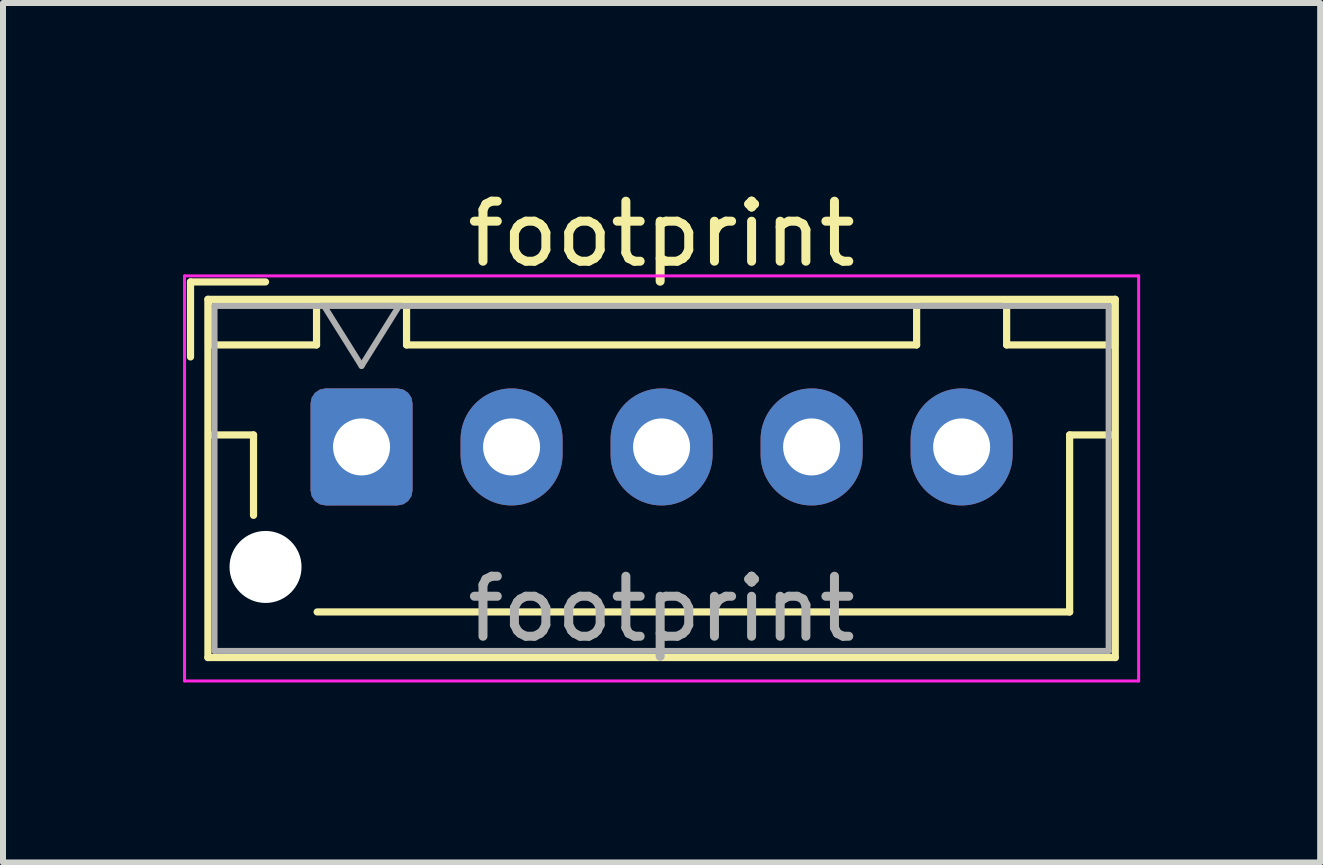
<source format=kicad_pcb>
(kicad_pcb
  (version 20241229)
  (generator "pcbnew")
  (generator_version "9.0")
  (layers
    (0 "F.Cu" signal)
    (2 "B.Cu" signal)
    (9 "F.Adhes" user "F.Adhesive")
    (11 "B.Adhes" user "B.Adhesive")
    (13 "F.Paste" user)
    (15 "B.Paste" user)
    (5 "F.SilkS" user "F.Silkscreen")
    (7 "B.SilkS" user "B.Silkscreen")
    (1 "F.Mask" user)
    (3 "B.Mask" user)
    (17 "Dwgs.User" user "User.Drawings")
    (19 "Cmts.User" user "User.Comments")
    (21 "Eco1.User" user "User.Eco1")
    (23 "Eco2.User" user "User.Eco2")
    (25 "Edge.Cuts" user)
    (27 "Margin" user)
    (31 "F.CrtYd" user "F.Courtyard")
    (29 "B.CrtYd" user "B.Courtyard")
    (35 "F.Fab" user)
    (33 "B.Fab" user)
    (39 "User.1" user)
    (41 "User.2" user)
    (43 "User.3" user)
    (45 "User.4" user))
  (footprint "footprint"
    (layer "F.Cu")
    (at 2.975 4.398)
    (property "Reference" "footprint" (at 5 -3.55 0) (layer "F.SilkS") (effects (font (size 1 1) (thickness 0.15))))
    (attr through_hole)
    (fp_line (start -2.85 -2.75) (end -2.85 -1.5) (stroke (width 0.12) (type solid)) (layer "F.SilkS"))
    (fp_line (start -2.56 -2.46) (end -2.56 3.51) (stroke (width 0.12) (type solid)) (layer "F.SilkS"))
    (fp_line (start -2.56 3.51) (end 12.56 3.51) (stroke (width 0.12) (type solid)) (layer "F.SilkS"))
    (fp_line (start -2.55 -2.45) (end -2.55 -1.7) (stroke (width 0.12) (type solid)) (layer "F.SilkS"))
    (fp_line (start -2.55 -1.7) (end -0.75 -1.7) (stroke (width 0.12) (type solid)) (layer "F.SilkS"))
    (fp_line (start -2.55 -0.2) (end -1.8 -0.2) (stroke (width 0.12) (type solid)) (layer "F.SilkS"))
    (fp_line (start -1.8 -0.2) (end -1.8 1.14) (stroke (width 0.12) (type solid)) (layer "F.SilkS"))
    (fp_line (start -1.6 -2.75) (end -2.85 -2.75) (stroke (width 0.12) (type solid)) (layer "F.SilkS"))
    (fp_line (start -0.75 -2.45) (end -2.55 -2.45) (stroke (width 0.12) (type solid)) (layer "F.SilkS"))
    (fp_line (start -0.75 -1.7) (end -0.75 -2.45) (stroke (width 0.12) (type solid)) (layer "F.SilkS"))
    (fp_line (start 0.75 -2.45) (end 0.75 -1.7) (stroke (width 0.12) (type solid)) (layer "F.SilkS"))
    (fp_line (start 0.75 -1.7) (end 9.25 -1.7) (stroke (width 0.12) (type solid)) (layer "F.SilkS"))
    (fp_line (start 5 2.75) (end -0.74 2.75) (stroke (width 0.12) (type solid)) (layer "F.SilkS"))
    (fp_line (start 9.25 -2.45) (end 0.75 -2.45) (stroke (width 0.12) (type solid)) (layer "F.SilkS"))
    (fp_line (start 9.25 -1.7) (end 9.25 -2.45) (stroke (width 0.12) (type solid)) (layer "F.SilkS"))
    (fp_line (start 10.75 -2.45) (end 10.75 -1.7) (stroke (width 0.12) (type solid)) (layer "F.SilkS"))
    (fp_line (start 10.75 -1.7) (end 12.55 -1.7) (stroke (width 0.12) (type solid)) (layer "F.SilkS"))
    (fp_line (start 11.8 -0.2) (end 11.8 2.75) (stroke (width 0.12) (type solid)) (layer "F.SilkS"))
    (fp_line (start 11.8 2.75) (end 5 2.75) (stroke (width 0.12) (type solid)) (layer "F.SilkS"))
    (fp_line (start 12.55 -2.45) (end 10.75 -2.45) (stroke (width 0.12) (type solid)) (layer "F.SilkS"))
    (fp_line (start 12.55 -1.7) (end 12.55 -2.45) (stroke (width 0.12) (type solid)) (layer "F.SilkS"))
    (fp_line (start 12.55 -0.2) (end 11.8 -0.2) (stroke (width 0.12) (type solid)) (layer "F.SilkS"))
    (fp_line (start 12.56 -2.46) (end -2.56 -2.46) (stroke (width 0.12) (type solid)) (layer "F.SilkS"))
    (fp_line (start 12.56 3.51) (end 12.56 -2.46) (stroke (width 0.12) (type solid)) (layer "F.SilkS"))
    (fp_line (start -2.95 -2.85) (end -2.95 3.9) (stroke (width 0.05) (type solid)) (layer "F.CrtYd"))
    (fp_line (start -2.95 3.9) (end 12.95 3.9) (stroke (width 0.05) (type solid)) (layer "F.CrtYd"))
    (fp_line (start 12.95 -2.85) (end -2.95 -2.85) (stroke (width 0.05) (type solid)) (layer "F.CrtYd"))
    (fp_line (start 12.95 3.9) (end 12.95 -2.85) (stroke (width 0.05) (type solid)) (layer "F.CrtYd"))
    (fp_line (start -2.45 -2.35) (end -2.45 3.4) (stroke (width 0.1) (type solid)) (layer "F.Fab"))
    (fp_line (start -2.45 3.4) (end 12.45 3.4) (stroke (width 0.1) (type solid)) (layer "F.Fab"))
    (fp_line (start -0.625 -2.35) (end 0 -1.35) (stroke (width 0.1) (type solid)) (layer "F.Fab"))
    (fp_line (start 0 -1.35) (end 0.625 -2.35) (stroke (width 0.1) (type solid)) (layer "F.Fab"))
    (fp_line (start 12.45 -2.35) (end -2.45 -2.35) (stroke (width 0.1) (type solid)) (layer "F.Fab"))
    (fp_line (start 12.45 3.4) (end 12.45 -2.35) (stroke (width 0.1) (type solid)) (layer "F.Fab"))
    (fp_text user "${REFERENCE}" (at 5 2.7 0) (layer "F.Fab") (effects (font (size 1 1) (thickness 0.15))))
    (pad "" np_thru_hole circle (at -1.6 2) (size 1.2 1.2) (drill 1.2) (layers "*.Cu" "*.Mask"))
    (pad "1" thru_hole roundrect (at 0 0) (size 1.7 1.95) (drill 0.95) (layers "*.Cu" "*.Mask") (roundrect_rratio 0.147))
    (pad "2" thru_hole oval (at 2.5 0) (size 1.7 1.95) (drill 0.95) (layers "*.Cu" "*.Mask"))
    (pad "3" thru_hole oval (at 5 0) (size 1.7 1.95) (drill 0.95) (layers "*.Cu" "*.Mask"))
    (pad "4" thru_hole oval (at 7.5 0) (size 1.7 1.95) (drill 0.95) (layers "*.Cu" "*.Mask"))
    (pad "5" thru_hole oval (at 10 0) (size 1.7 1.95) (drill 0.95) (layers "*.Cu" "*.Mask")))
  (gr_rect
    (start -3 -3)
    (end 18.95 11.323)
    (stroke (width 0.1) (type default))
    (fill no)
    (layer "Edge.Cuts")))
</source>
